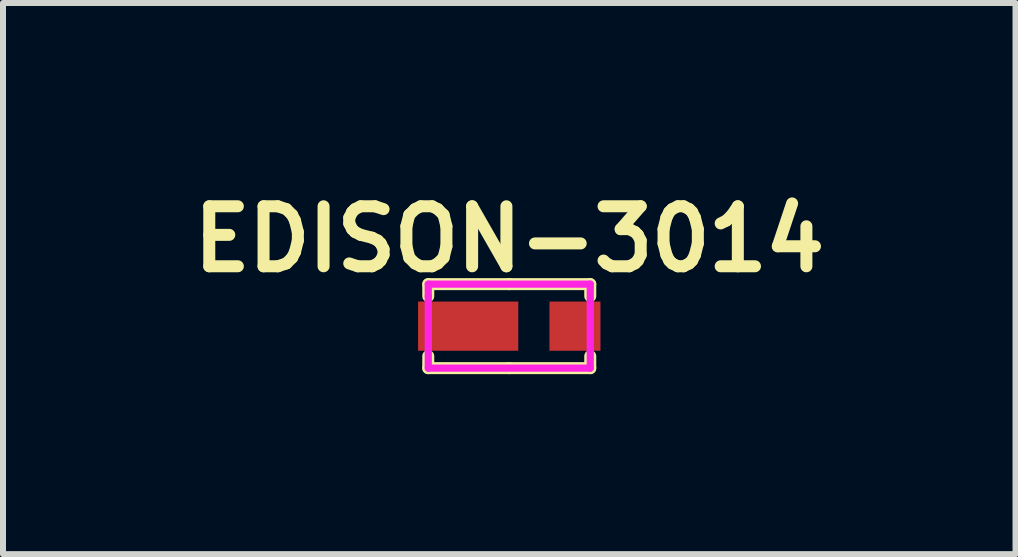
<source format=kicad_pcb>
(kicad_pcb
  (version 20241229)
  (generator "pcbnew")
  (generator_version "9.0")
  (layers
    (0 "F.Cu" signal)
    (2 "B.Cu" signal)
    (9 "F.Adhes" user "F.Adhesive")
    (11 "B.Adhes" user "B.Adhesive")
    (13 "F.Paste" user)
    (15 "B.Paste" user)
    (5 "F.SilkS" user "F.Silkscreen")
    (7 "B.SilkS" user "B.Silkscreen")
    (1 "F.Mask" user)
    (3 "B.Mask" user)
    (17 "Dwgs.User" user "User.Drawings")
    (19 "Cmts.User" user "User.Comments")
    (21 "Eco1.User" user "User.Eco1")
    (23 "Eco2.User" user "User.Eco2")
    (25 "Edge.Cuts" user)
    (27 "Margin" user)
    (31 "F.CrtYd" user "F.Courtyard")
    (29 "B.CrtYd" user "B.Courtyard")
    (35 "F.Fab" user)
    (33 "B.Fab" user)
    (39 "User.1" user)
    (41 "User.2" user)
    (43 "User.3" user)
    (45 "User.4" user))
  (footprint "EDISON-3014"
    (layer "F.Cu")
    (at 5.438 2.386)
    (property "Reference" "EDISON-3014" (at 0 -1.45 0) (layer "F.SilkS") (effects (font (size 1 1) (thickness 0.2))))
    (attr through_hole)
    (fp_line (start -1.35 -0.7) (end -1.35 -0.5) (stroke (width 0.2) (type solid)) (layer "F.SilkS"))
    (fp_line (start -1.35 0.5) (end -1.35 0.7) (stroke (width 0.2) (type solid)) (layer "F.SilkS"))
    (fp_line (start 0 -0.7) (end -1.35 -0.7) (stroke (width 0.2) (type solid)) (layer "F.SilkS"))
    (fp_line (start 0 -0.7) (end 1.35 -0.7) (stroke (width 0.2) (type solid)) (layer "F.SilkS"))
    (fp_line (start 0 0.7) (end -1.35 0.7) (stroke (width 0.2) (type solid)) (layer "F.SilkS"))
    (fp_line (start 0 0.7) (end 1.35 0.7) (stroke (width 0.2) (type solid)) (layer "F.SilkS"))
    (fp_line (start 1.35 -0.7) (end 1.35 -0.5) (stroke (width 0.2) (type solid)) (layer "F.SilkS"))
    (fp_line (start 1.35 0.5) (end 1.35 0.7) (stroke (width 0.2) (type solid)) (layer "F.SilkS"))
    (fp_line (start -1.35 -0.7) (end 1.35 -0.7) (stroke (width 0.12) (type solid)) (layer "F.CrtYd"))
    (fp_line (start -1.35 -0.5) (end -1.35 -0.7) (stroke (width 0.12) (type solid)) (layer "F.CrtYd"))
    (fp_line (start -1.35 0.7) (end -1.35 -0.5) (stroke (width 0.12) (type solid)) (layer "F.CrtYd"))
    (fp_line (start 1.35 -0.7) (end 1.35 0.7) (stroke (width 0.12) (type solid)) (layer "F.CrtYd"))
    (fp_line (start 1.35 0.7) (end -1.35 0.7) (stroke (width 0.12) (type solid)) (layer "F.CrtYd"))
    (pad "1" smd rect (at 1.095 0) (size 0.85 0.82) (layers "F.Cu" "F.Mask" "F.Paste"))
    (pad "2" smd rect (at -0.685 0) (size 1.67 0.82) (layers "F.Cu" "F.Mask" "F.Paste")))
  (gr_rect
    (start -3 -3)
    (end 13.876 6.186)
    (stroke (width 0.1) (type default))
    (fill no)
    (layer "Edge.Cuts")))
</source>
